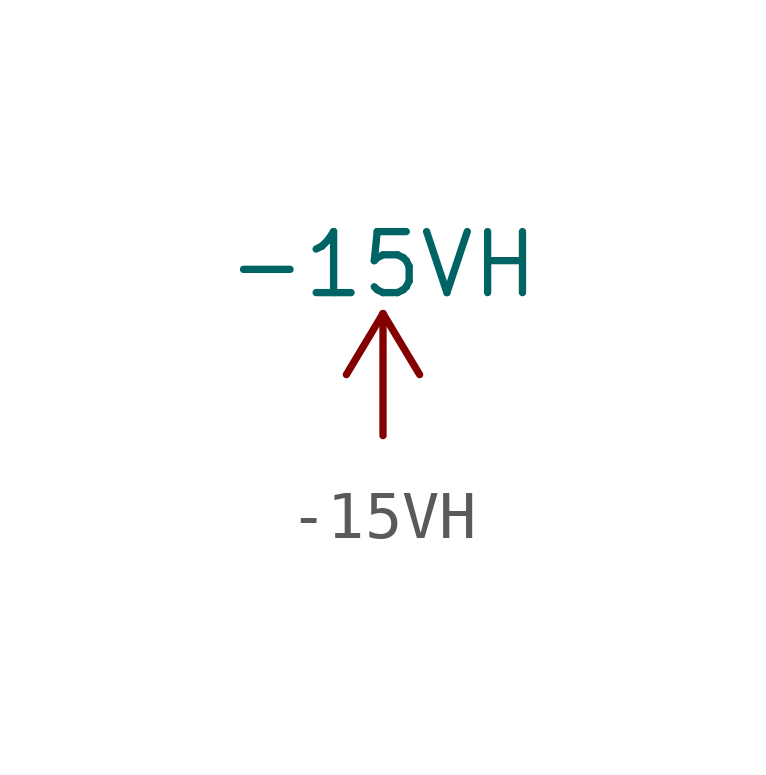
<source format=kicad_sym>
(kicad_symbol_lib
  (version 20211014)
  (generator kicad_symbol_editor)
  (symbol "-15VH"
    (power)
    (pin_names
      (offset 0))
    (property "Reference" "#PWR"
      (at 0 -3.81 0)
      (effects (font (size 1.27 1.27)) hide))
    (property "Value" "-15VH"
      (at 0 3.556 0)
      (effects (font (size 1.27 1.27))))
    (symbol "-15VH_0_1"
      (polyline (pts (xy -0.762 1.27) (xy 0 2.54)) (stroke (width 0) (type default) (color 0 0 0 0)) (fill (type none)))
      (polyline (pts (xy 0 0) (xy 0 2.54)) (stroke (width 0) (type default) (color 0 0 0 0)) (fill (type none)))
      (polyline (pts (xy 0 2.54) (xy 0.762 1.27)) (stroke (width 0) (type default) (color 0 0 0 0)) (fill (type none))))
    (symbol "-15VH_1_1"
      (pin power_in line (at 0 0 90) (length 0) hide (name "-15VH" (effects (font (size 1.27 1.27)))) (number "1" (effects (font (size 1.27 1.27))))))))
</source>
